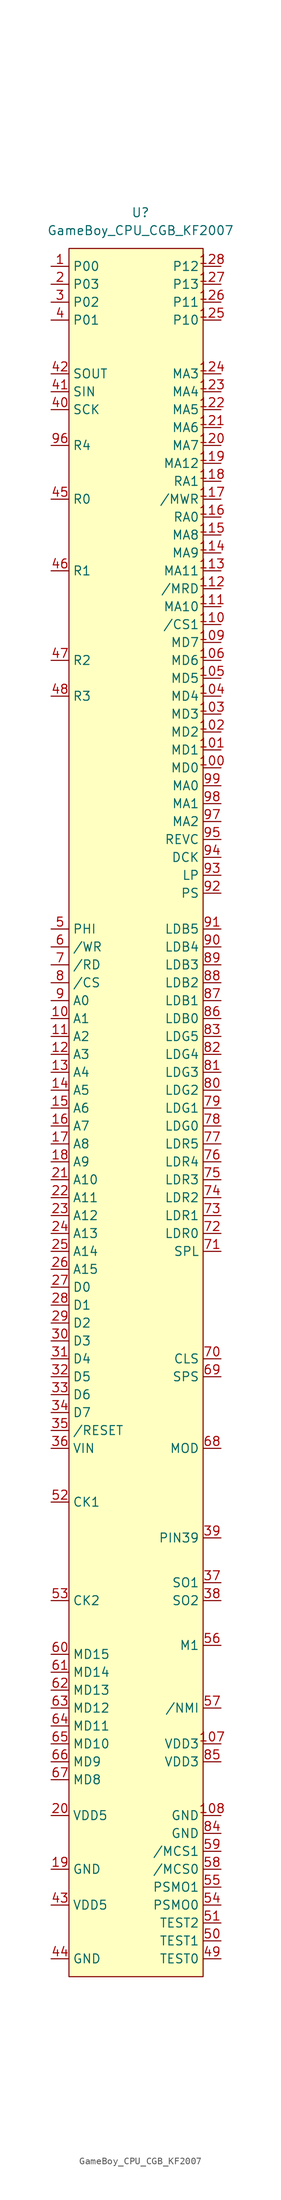
<source format=kicad_sym>
(kicad_symbol_lib
  (version 20211014)
  (generator kicad_symbol_editor)
  (symbol "GameBoy_CPU_CGB_KF2007"
    (property "Reference" "U"
      (at 0 119.38 0)
      (effects (font (size 1.27 1.27))))
    (property "Value" "GameBoy_CPU_CGB_KF2007"
      (at 0 116.84 0)
      (effects (font (size 1.27 1.27))))
    (symbol "GameBoy_CPU_CGB_KF2007_0_1"
      (rectangle (start -10.16 114.3) (end 8.89 -130.81) (stroke (width 0.152) (type default) (color 0 0 0 0)) (fill (type background))))
    (symbol "GameBoy_CPU_CGB_KF2007_1_1"
      (pin input line (at -12.7 111.76 0) (length 2.54) (name "P00" (effects (font (size 1.27 1.27)))) (number "1" (effects (font (size 1.27 1.27)))))
      (pin output line (at -12.7 5.08 0) (length 2.54) (name "A1" (effects (font (size 1.27 1.27)))) (number "10" (effects (font (size 1.27 1.27)))))
      (pin bidirectional line (at 11.43 40.64 180) (length 2.54) (name "MD0" (effects (font (size 1.27 1.27)))) (number "100" (effects (font (size 1.27 1.27)))))
      (pin bidirectional line (at 11.43 43.18 180) (length 2.54) (name "MD1" (effects (font (size 1.27 1.27)))) (number "101" (effects (font (size 1.27 1.27)))))
      (pin bidirectional line (at 11.43 45.72 180) (length 2.54) (name "MD2" (effects (font (size 1.27 1.27)))) (number "102" (effects (font (size 1.27 1.27)))))
      (pin bidirectional line (at 11.43 48.26 180) (length 2.54) (name "MD3" (effects (font (size 1.27 1.27)))) (number "103" (effects (font (size 1.27 1.27)))))
      (pin bidirectional line (at 11.43 50.8 180) (length 2.54) (name "MD4" (effects (font (size 1.27 1.27)))) (number "104" (effects (font (size 1.27 1.27)))))
      (pin bidirectional line (at 11.43 53.34 180) (length 2.54) (name "MD5" (effects (font (size 1.27 1.27)))) (number "105" (effects (font (size 1.27 1.27)))))
      (pin bidirectional line (at 11.43 55.88 180) (length 2.54) (name "MD6" (effects (font (size 1.27 1.27)))) (number "106" (effects (font (size 1.27 1.27)))))
      (pin power_in line (at 11.43 -97.79 180) (length 2.54) (name "VDD3" (effects (font (size 1.27 1.27)))) (number "107" (effects (font (size 1.27 1.27)))))
      (pin power_in line (at 11.43 -107.95 180) (length 2.54) (name "GND" (effects (font (size 1.27 1.27)))) (number "108" (effects (font (size 1.27 1.27)))))
      (pin bidirectional line (at 11.43 58.42 180) (length 2.54) (name "MD7" (effects (font (size 1.27 1.27)))) (number "109" (effects (font (size 1.27 1.27)))))
      (pin output line (at -12.7 2.54 0) (length 2.54) (name "A2" (effects (font (size 1.27 1.27)))) (number "11" (effects (font (size 1.27 1.27)))))
      (pin output line (at 11.43 60.96 180) (length 2.54) (name "/CS1" (effects (font (size 1.27 1.27)))) (number "110" (effects (font (size 1.27 1.27)))))
      (pin output line (at 11.43 63.5 180) (length 2.54) (name "MA10" (effects (font (size 1.27 1.27)))) (number "111" (effects (font (size 1.27 1.27)))))
      (pin output line (at 11.43 66.04 180) (length 2.54) (name "/MRD" (effects (font (size 1.27 1.27)))) (number "112" (effects (font (size 1.27 1.27)))))
      (pin output line (at 11.43 68.58 180) (length 2.54) (name "MA11" (effects (font (size 1.27 1.27)))) (number "113" (effects (font (size 1.27 1.27)))))
      (pin output line (at 11.43 71.12 180) (length 2.54) (name "MA9" (effects (font (size 1.27 1.27)))) (number "114" (effects (font (size 1.27 1.27)))))
      (pin output line (at 11.43 73.66 180) (length 2.54) (name "MA8" (effects (font (size 1.27 1.27)))) (number "115" (effects (font (size 1.27 1.27)))))
      (pin output line (at 11.43 76.2 180) (length 2.54) (name "RA0" (effects (font (size 1.27 1.27)))) (number "116" (effects (font (size 1.27 1.27)))))
      (pin output line (at 11.43 78.74 180) (length 2.54) (name "/MWR" (effects (font (size 1.27 1.27)))) (number "117" (effects (font (size 1.27 1.27)))))
      (pin output line (at 11.43 81.28 180) (length 2.54) (name "RA1" (effects (font (size 1.27 1.27)))) (number "118" (effects (font (size 1.27 1.27)))))
      (pin output line (at 11.43 83.82 180) (length 2.54) (name "MA12" (effects (font (size 1.27 1.27)))) (number "119" (effects (font (size 1.27 1.27)))))
      (pin output line (at -12.7 0 0) (length 2.54) (name "A3" (effects (font (size 1.27 1.27)))) (number "12" (effects (font (size 1.27 1.27)))))
      (pin output line (at 11.43 86.36 180) (length 2.54) (name "MA7" (effects (font (size 1.27 1.27)))) (number "120" (effects (font (size 1.27 1.27)))))
      (pin output line (at 11.43 88.9 180) (length 2.54) (name "MA6" (effects (font (size 1.27 1.27)))) (number "121" (effects (font (size 1.27 1.27)))))
      (pin output line (at 11.43 91.44 180) (length 2.54) (name "MA5" (effects (font (size 1.27 1.27)))) (number "122" (effects (font (size 1.27 1.27)))))
      (pin output line (at 11.43 93.98 180) (length 2.54) (name "MA4" (effects (font (size 1.27 1.27)))) (number "123" (effects (font (size 1.27 1.27)))))
      (pin output line (at 11.43 96.52 180) (length 2.54) (name "MA3" (effects (font (size 1.27 1.27)))) (number "124" (effects (font (size 1.27 1.27)))))
      (pin input line (at 11.43 104.14 180) (length 2.54) (name "P10" (effects (font (size 1.27 1.27)))) (number "125" (effects (font (size 1.27 1.27)))))
      (pin input line (at 11.43 106.68 180) (length 2.54) (name "P11" (effects (font (size 1.27 1.27)))) (number "126" (effects (font (size 1.27 1.27)))))
      (pin input line (at 11.43 109.22 180) (length 2.54) (name "P13" (effects (font (size 1.27 1.27)))) (number "127" (effects (font (size 1.27 1.27)))))
      (pin input line (at 11.43 111.76 180) (length 2.54) (name "P12" (effects (font (size 1.27 1.27)))) (number "128" (effects (font (size 1.27 1.27)))))
      (pin output line (at -12.7 -2.54 0) (length 2.54) (name "A4" (effects (font (size 1.27 1.27)))) (number "13" (effects (font (size 1.27 1.27)))))
      (pin output line (at -12.7 -5.08 0) (length 2.54) (name "A5" (effects (font (size 1.27 1.27)))) (number "14" (effects (font (size 1.27 1.27)))))
      (pin output line (at -12.7 -7.62 0) (length 2.54) (name "A6" (effects (font (size 1.27 1.27)))) (number "15" (effects (font (size 1.27 1.27)))))
      (pin output line (at -12.7 -10.16 0) (length 2.54) (name "A7" (effects (font (size 1.27 1.27)))) (number "16" (effects (font (size 1.27 1.27)))))
      (pin output line (at -12.7 -12.7 0) (length 2.54) (name "A8" (effects (font (size 1.27 1.27)))) (number "17" (effects (font (size 1.27 1.27)))))
      (pin output line (at -12.7 -15.24 0) (length 2.54) (name "A9" (effects (font (size 1.27 1.27)))) (number "18" (effects (font (size 1.27 1.27)))))
      (pin power_in line (at -12.7 -115.57 0) (length 2.54) (name "GND" (effects (font (size 1.27 1.27)))) (number "19" (effects (font (size 1.27 1.27)))))
      (pin input line (at -12.7 109.22 0) (length 2.54) (name "P03" (effects (font (size 1.27 1.27)))) (number "2" (effects (font (size 1.27 1.27)))))
      (pin power_in line (at -12.7 -107.95 0) (length 2.54) (name "VDD5" (effects (font (size 1.27 1.27)))) (number "20" (effects (font (size 1.27 1.27)))))
      (pin output line (at -12.7 -17.78 0) (length 2.54) (name "A10" (effects (font (size 1.27 1.27)))) (number "21" (effects (font (size 1.27 1.27)))))
      (pin output line (at -12.7 -20.32 0) (length 2.54) (name "A11" (effects (font (size 1.27 1.27)))) (number "22" (effects (font (size 1.27 1.27)))))
      (pin output line (at -12.7 -22.86 0) (length 2.54) (name "A12" (effects (font (size 1.27 1.27)))) (number "23" (effects (font (size 1.27 1.27)))))
      (pin output line (at -12.7 -25.4 0) (length 2.54) (name "A13" (effects (font (size 1.27 1.27)))) (number "24" (effects (font (size 1.27 1.27)))))
      (pin output line (at -12.7 -27.94 0) (length 2.54) (name "A14" (effects (font (size 1.27 1.27)))) (number "25" (effects (font (size 1.27 1.27)))))
      (pin output line (at -12.7 -30.48 0) (length 2.54) (name "A15" (effects (font (size 1.27 1.27)))) (number "26" (effects (font (size 1.27 1.27)))))
      (pin bidirectional line (at -12.7 -33.02 0) (length 2.54) (name "D0" (effects (font (size 1.27 1.27)))) (number "27" (effects (font (size 1.27 1.27)))))
      (pin bidirectional line (at -12.7 -35.56 0) (length 2.54) (name "D1" (effects (font (size 1.27 1.27)))) (number "28" (effects (font (size 1.27 1.27)))))
      (pin bidirectional line (at -12.7 -38.1 0) (length 2.54) (name "D2" (effects (font (size 1.27 1.27)))) (number "29" (effects (font (size 1.27 1.27)))))
      (pin input line (at -12.7 106.68 0) (length 2.54) (name "P02" (effects (font (size 1.27 1.27)))) (number "3" (effects (font (size 1.27 1.27)))))
      (pin bidirectional line (at -12.7 -40.64 0) (length 2.54) (name "D3" (effects (font (size 1.27 1.27)))) (number "30" (effects (font (size 1.27 1.27)))))
      (pin bidirectional line (at -12.7 -43.18 0) (length 2.54) (name "D4" (effects (font (size 1.27 1.27)))) (number "31" (effects (font (size 1.27 1.27)))))
      (pin bidirectional line (at -12.7 -45.72 0) (length 2.54) (name "D5" (effects (font (size 1.27 1.27)))) (number "32" (effects (font (size 1.27 1.27)))))
      (pin bidirectional line (at -12.7 -48.26 0) (length 2.54) (name "D6" (effects (font (size 1.27 1.27)))) (number "33" (effects (font (size 1.27 1.27)))))
      (pin bidirectional line (at -12.7 -50.8 0) (length 2.54) (name "D7" (effects (font (size 1.27 1.27)))) (number "34" (effects (font (size 1.27 1.27)))))
      (pin input line (at -12.7 -53.34 0) (length 2.54) (name "/RESET" (effects (font (size 1.27 1.27)))) (number "35" (effects (font (size 1.27 1.27)))))
      (pin input line (at -12.7 -55.88 0) (length 2.54) (name "VIN" (effects (font (size 1.27 1.27)))) (number "36" (effects (font (size 1.27 1.27)))))
      (pin output line (at 11.43 -74.93 180) (length 2.54) (name "SO1" (effects (font (size 1.27 1.27)))) (number "37" (effects (font (size 1.27 1.27)))))
      (pin output line (at 11.43 -77.47 180) (length 2.54) (name "SO2" (effects (font (size 1.27 1.27)))) (number "38" (effects (font (size 1.27 1.27)))))
      (pin input line (at 11.43 -68.58 180) (length 2.54) (name "PIN39" (effects (font (size 1.27 1.27)))) (number "39" (effects (font (size 1.27 1.27)))))
      (pin input line (at -12.7 104.14 0) (length 2.54) (name "P01" (effects (font (size 1.27 1.27)))) (number "4" (effects (font (size 1.27 1.27)))))
      (pin bidirectional line (at -12.7 91.44 0) (length 2.54) (name "SCK" (effects (font (size 1.27 1.27)))) (number "40" (effects (font (size 1.27 1.27)))))
      (pin input line (at -12.7 93.98 0) (length 2.54) (name "SIN" (effects (font (size 1.27 1.27)))) (number "41" (effects (font (size 1.27 1.27)))))
      (pin output line (at -12.7 96.52 0) (length 2.54) (name "SOUT" (effects (font (size 1.27 1.27)))) (number "42" (effects (font (size 1.27 1.27)))))
      (pin power_in line (at -12.7 -120.65 0) (length 2.54) (name "VDD5" (effects (font (size 1.27 1.27)))) (number "43" (effects (font (size 1.27 1.27)))))
      (pin power_in line (at -12.7 -128.27 0) (length 2.54) (name "GND" (effects (font (size 1.27 1.27)))) (number "44" (effects (font (size 1.27 1.27)))))
      (pin output line (at -12.7 78.74 0) (length 2.54) (name "R0" (effects (font (size 1.27 1.27)))) (number "45" (effects (font (size 1.27 1.27)))))
      (pin output line (at -12.7 68.58 0) (length 2.54) (name "R1" (effects (font (size 1.27 1.27)))) (number "46" (effects (font (size 1.27 1.27)))))
      (pin input line (at -12.7 55.88 0) (length 2.54) (name "R2" (effects (font (size 1.27 1.27)))) (number "47" (effects (font (size 1.27 1.27)))))
      (pin input line (at -12.7 50.8 0) (length 2.54) (name "R3" (effects (font (size 1.27 1.27)))) (number "48" (effects (font (size 1.27 1.27)))))
      (pin input line (at 11.43 -128.27 180) (length 2.54) (name "TEST0" (effects (font (size 1.27 1.27)))) (number "49" (effects (font (size 1.27 1.27)))))
      (pin output line (at -12.7 17.78 0) (length 2.54) (name "PHI" (effects (font (size 1.27 1.27)))) (number "5" (effects (font (size 1.27 1.27)))))
      (pin input line (at 11.43 -125.73 180) (length 2.54) (name "TEST1" (effects (font (size 1.27 1.27)))) (number "50" (effects (font (size 1.27 1.27)))))
      (pin input line (at 11.43 -123.19 180) (length 2.54) (name "TEST2" (effects (font (size 1.27 1.27)))) (number "51" (effects (font (size 1.27 1.27)))))
      (pin input line (at -12.7 -63.5 0) (length 2.54) (name "CK1" (effects (font (size 1.27 1.27)))) (number "52" (effects (font (size 1.27 1.27)))))
      (pin passive line (at -12.7 -77.47 0) (length 2.54) (name "CK2" (effects (font (size 1.27 1.27)))) (number "53" (effects (font (size 1.27 1.27)))))
      (pin output line (at 11.43 -120.65 180) (length 2.54) (name "PSMO0" (effects (font (size 1.27 1.27)))) (number "54" (effects (font (size 1.27 1.27)))))
      (pin output line (at 11.43 -118.11 180) (length 2.54) (name "PSMO1" (effects (font (size 1.27 1.27)))) (number "55" (effects (font (size 1.27 1.27)))))
      (pin output line (at 11.43 -83.82 180) (length 2.54) (name "M1" (effects (font (size 1.27 1.27)))) (number "56" (effects (font (size 1.27 1.27)))))
      (pin input line (at 11.43 -92.71 180) (length 2.54) (name "/NMI" (effects (font (size 1.27 1.27)))) (number "57" (effects (font (size 1.27 1.27)))))
      (pin output line (at 11.43 -115.57 180) (length 2.54) (name "/MCS0" (effects (font (size 1.27 1.27)))) (number "58" (effects (font (size 1.27 1.27)))))
      (pin output line (at 11.43 -113.03 180) (length 2.54) (name "/MCS1" (effects (font (size 1.27 1.27)))) (number "59" (effects (font (size 1.27 1.27)))))
      (pin output line (at -12.7 15.24 0) (length 2.54) (name "/WR" (effects (font (size 1.27 1.27)))) (number "6" (effects (font (size 1.27 1.27)))))
      (pin bidirectional line (at -12.7 -85.09 0) (length 2.54) (name "MD15" (effects (font (size 1.27 1.27)))) (number "60" (effects (font (size 1.27 1.27)))))
      (pin bidirectional line (at -12.7 -87.63 0) (length 2.54) (name "MD14" (effects (font (size 1.27 1.27)))) (number "61" (effects (font (size 1.27 1.27)))))
      (pin bidirectional line (at -12.7 -90.17 0) (length 2.54) (name "MD13" (effects (font (size 1.27 1.27)))) (number "62" (effects (font (size 1.27 1.27)))))
      (pin bidirectional line (at -12.7 -92.71 0) (length 2.54) (name "MD12" (effects (font (size 1.27 1.27)))) (number "63" (effects (font (size 1.27 1.27)))))
      (pin bidirectional line (at -12.7 -95.25 0) (length 2.54) (name "MD11" (effects (font (size 1.27 1.27)))) (number "64" (effects (font (size 1.27 1.27)))))
      (pin bidirectional line (at -12.7 -97.79 0) (length 2.54) (name "MD10" (effects (font (size 1.27 1.27)))) (number "65" (effects (font (size 1.27 1.27)))))
      (pin bidirectional line (at -12.7 -100.33 0) (length 2.54) (name "MD9" (effects (font (size 1.27 1.27)))) (number "66" (effects (font (size 1.27 1.27)))))
      (pin bidirectional line (at -12.7 -102.87 0) (length 2.54) (name "MD8" (effects (font (size 1.27 1.27)))) (number "67" (effects (font (size 1.27 1.27)))))
      (pin output line (at 11.43 -55.88 180) (length 2.54) (name "MOD" (effects (font (size 1.27 1.27)))) (number "68" (effects (font (size 1.27 1.27)))))
      (pin output line (at 11.43 -45.72 180) (length 2.54) (name "SPS" (effects (font (size 1.27 1.27)))) (number "69" (effects (font (size 1.27 1.27)))))
      (pin output line (at -12.7 12.7 0) (length 2.54) (name "/RD" (effects (font (size 1.27 1.27)))) (number "7" (effects (font (size 1.27 1.27)))))
      (pin output line (at 11.43 -43.18 180) (length 2.54) (name "CLS" (effects (font (size 1.27 1.27)))) (number "70" (effects (font (size 1.27 1.27)))))
      (pin output line (at 11.43 -27.94 180) (length 2.54) (name "SPL" (effects (font (size 1.27 1.27)))) (number "71" (effects (font (size 1.27 1.27)))))
      (pin output line (at 11.43 -25.4 180) (length 2.54) (name "LDR0" (effects (font (size 1.27 1.27)))) (number "72" (effects (font (size 1.27 1.27)))))
      (pin output line (at 11.43 -22.86 180) (length 2.54) (name "LDR1" (effects (font (size 1.27 1.27)))) (number "73" (effects (font (size 1.27 1.27)))))
      (pin output line (at 11.43 -20.32 180) (length 2.54) (name "LDR2" (effects (font (size 1.27 1.27)))) (number "74" (effects (font (size 1.27 1.27)))))
      (pin output line (at 11.43 -17.78 180) (length 2.54) (name "LDR3" (effects (font (size 1.27 1.27)))) (number "75" (effects (font (size 1.27 1.27)))))
      (pin output line (at 11.43 -15.24 180) (length 2.54) (name "LDR4" (effects (font (size 1.27 1.27)))) (number "76" (effects (font (size 1.27 1.27)))))
      (pin output line (at 11.43 -12.7 180) (length 2.54) (name "LDR5" (effects (font (size 1.27 1.27)))) (number "77" (effects (font (size 1.27 1.27)))))
      (pin output line (at 11.43 -10.16 180) (length 2.54) (name "LDG0" (effects (font (size 1.27 1.27)))) (number "78" (effects (font (size 1.27 1.27)))))
      (pin output line (at 11.43 -7.62 180) (length 2.54) (name "LDG1" (effects (font (size 1.27 1.27)))) (number "79" (effects (font (size 1.27 1.27)))))
      (pin output line (at -12.7 10.16 0) (length 2.54) (name "/CS" (effects (font (size 1.27 1.27)))) (number "8" (effects (font (size 1.27 1.27)))))
      (pin output line (at 11.43 -5.08 180) (length 2.54) (name "LDG2" (effects (font (size 1.27 1.27)))) (number "80" (effects (font (size 1.27 1.27)))))
      (pin output line (at 11.43 -2.54 180) (length 2.54) (name "LDG3" (effects (font (size 1.27 1.27)))) (number "81" (effects (font (size 1.27 1.27)))))
      (pin output line (at 11.43 0 180) (length 2.54) (name "LDG4" (effects (font (size 1.27 1.27)))) (number "82" (effects (font (size 1.27 1.27)))))
      (pin output line (at 11.43 2.54 180) (length 2.54) (name "LDG5" (effects (font (size 1.27 1.27)))) (number "83" (effects (font (size 1.27 1.27)))))
      (pin power_in line (at 11.43 -110.49 180) (length 2.54) (name "GND" (effects (font (size 1.27 1.27)))) (number "84" (effects (font (size 1.27 1.27)))))
      (pin power_in line (at 11.43 -100.33 180) (length 2.54) (name "VDD3" (effects (font (size 1.27 1.27)))) (number "85" (effects (font (size 1.27 1.27)))))
      (pin output line (at 11.43 5.08 180) (length 2.54) (name "LDB0" (effects (font (size 1.27 1.27)))) (number "86" (effects (font (size 1.27 1.27)))))
      (pin output line (at 11.43 7.62 180) (length 2.54) (name "LDB1" (effects (font (size 1.27 1.27)))) (number "87" (effects (font (size 1.27 1.27)))))
      (pin output line (at 11.43 10.16 180) (length 2.54) (name "LDB2" (effects (font (size 1.27 1.27)))) (number "88" (effects (font (size 1.27 1.27)))))
      (pin output line (at 11.43 12.7 180) (length 2.54) (name "LDB3" (effects (font (size 1.27 1.27)))) (number "89" (effects (font (size 1.27 1.27)))))
      (pin output line (at -12.7 7.62 0) (length 2.54) (name "A0" (effects (font (size 1.27 1.27)))) (number "9" (effects (font (size 1.27 1.27)))))
      (pin output line (at 11.43 15.24 180) (length 2.54) (name "LDB4" (effects (font (size 1.27 1.27)))) (number "90" (effects (font (size 1.27 1.27)))))
      (pin output line (at 11.43 17.78 180) (length 2.54) (name "LDB5" (effects (font (size 1.27 1.27)))) (number "91" (effects (font (size 1.27 1.27)))))
      (pin output line (at 11.43 22.86 180) (length 2.54) (name "PS" (effects (font (size 1.27 1.27)))) (number "92" (effects (font (size 1.27 1.27)))))
      (pin output line (at 11.43 25.4 180) (length 2.54) (name "LP" (effects (font (size 1.27 1.27)))) (number "93" (effects (font (size 1.27 1.27)))))
      (pin output line (at 11.43 27.94 180) (length 2.54) (name "DCK" (effects (font (size 1.27 1.27)))) (number "94" (effects (font (size 1.27 1.27)))))
      (pin output line (at 11.43 30.48 180) (length 2.54) (name "REVC" (effects (font (size 1.27 1.27)))) (number "95" (effects (font (size 1.27 1.27)))))
      (pin input line (at -12.7 86.36 0) (length 2.54) (name "R4" (effects (font (size 1.27 1.27)))) (number "96" (effects (font (size 1.27 1.27)))))
      (pin output line (at 11.43 33.02 180) (length 2.54) (name "MA2" (effects (font (size 1.27 1.27)))) (number "97" (effects (font (size 1.27 1.27)))))
      (pin output line (at 11.43 35.56 180) (length 2.54) (name "MA1" (effects (font (size 1.27 1.27)))) (number "98" (effects (font (size 1.27 1.27)))))
      (pin output line (at 11.43 38.1 180) (length 2.54) (name "MA0" (effects (font (size 1.27 1.27)))) (number "99" (effects (font (size 1.27 1.27))))))))
</source>
